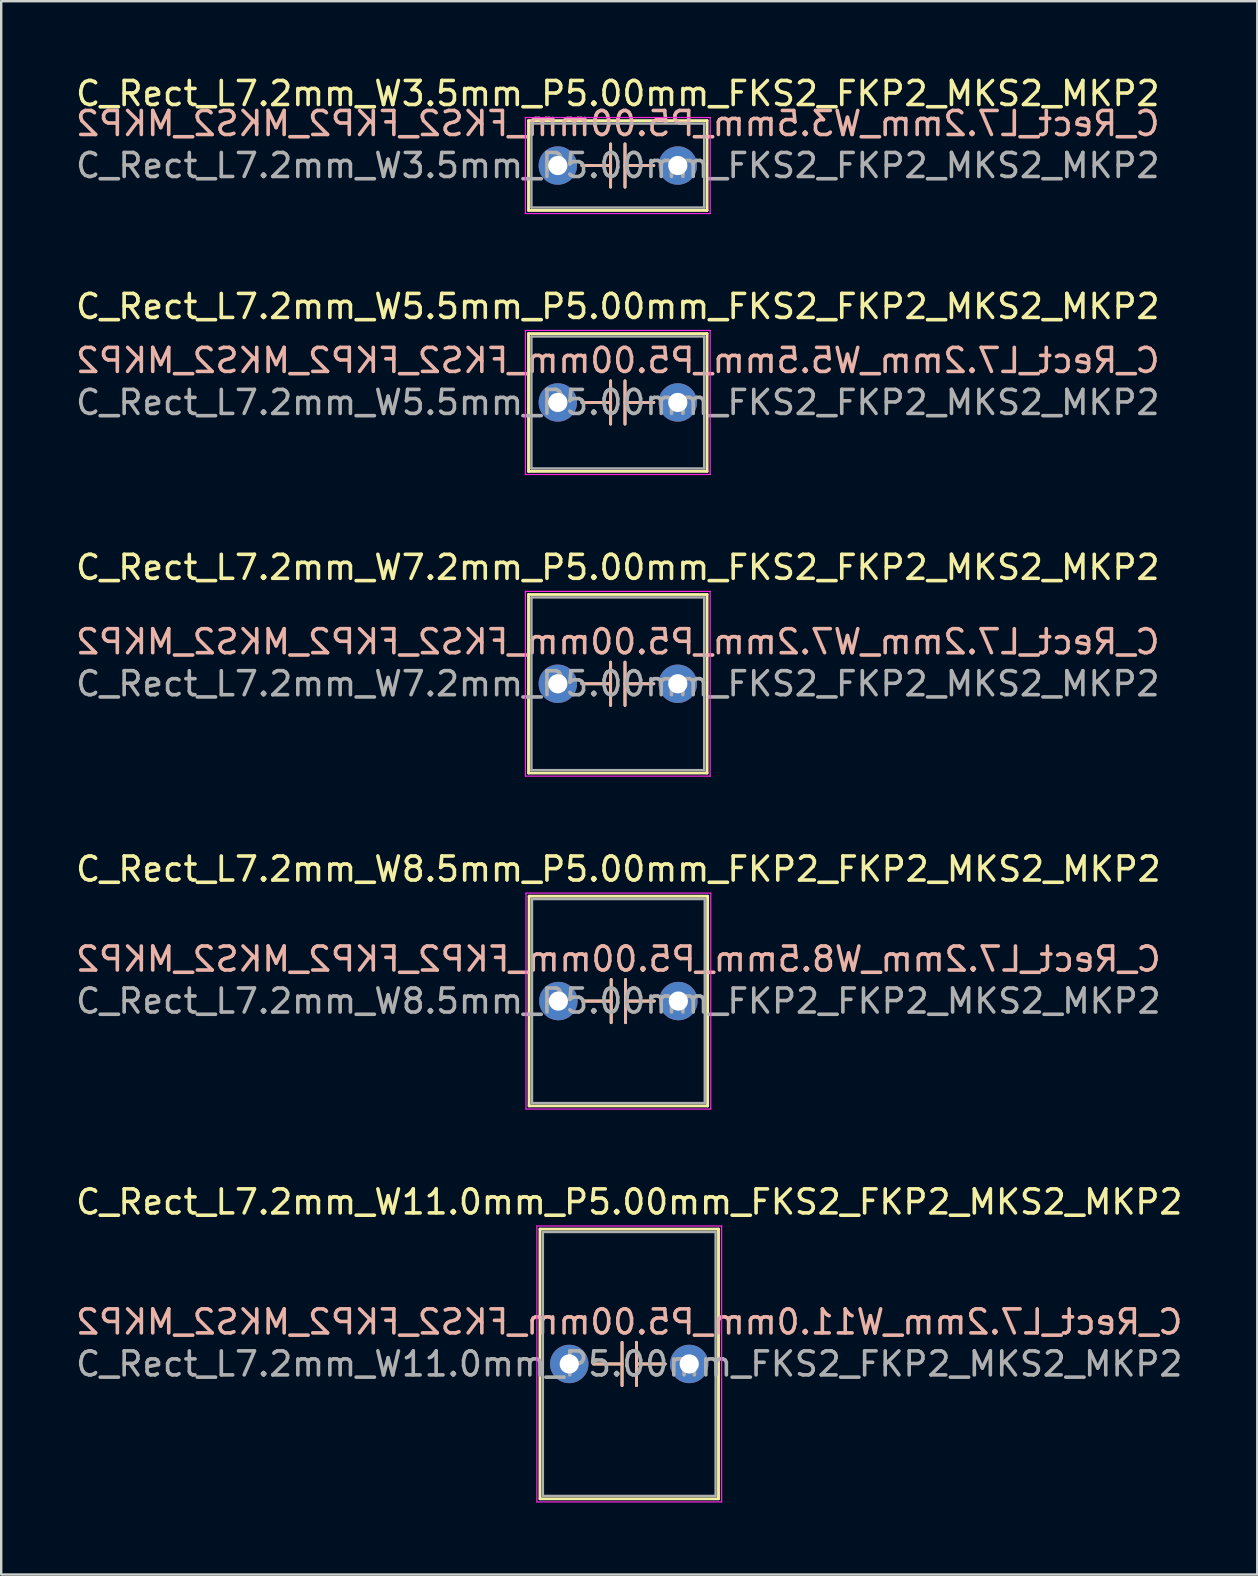
<source format=kicad_pcb>
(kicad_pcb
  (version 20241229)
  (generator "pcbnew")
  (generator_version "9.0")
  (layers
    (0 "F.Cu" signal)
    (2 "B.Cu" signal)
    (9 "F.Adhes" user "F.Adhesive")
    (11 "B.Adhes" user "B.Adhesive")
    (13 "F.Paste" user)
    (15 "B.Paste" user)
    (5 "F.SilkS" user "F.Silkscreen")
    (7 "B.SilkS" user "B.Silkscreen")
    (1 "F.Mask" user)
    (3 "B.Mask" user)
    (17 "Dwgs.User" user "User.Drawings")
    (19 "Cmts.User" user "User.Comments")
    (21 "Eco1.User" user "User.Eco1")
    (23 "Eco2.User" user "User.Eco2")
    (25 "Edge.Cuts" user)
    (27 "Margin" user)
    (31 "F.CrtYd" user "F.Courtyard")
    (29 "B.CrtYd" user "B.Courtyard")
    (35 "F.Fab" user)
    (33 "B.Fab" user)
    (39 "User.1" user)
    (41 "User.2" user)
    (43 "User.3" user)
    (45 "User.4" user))
  (footprint "C_Rect_L7.2mm_W8.5mm_P5.00mm_FKP2_FKP2_MKS2_MKP2"
    (layer "F.Cu")
    (at 20.22 38.668)
    (property "Reference" "C_Rect_L7.2mm_W8.5mm_P5.00mm_FKP2_FKP2_MKS2_MKP2" (at 2.5 -5.5 0) (layer "F.SilkS") (effects (font (size 1 1) (thickness 0.15))))
    (fp_line (start -1.22 -4.37) (end -1.22 4.37) (stroke (width 0.12) (type solid)) (layer "F.SilkS"))
    (fp_line (start -1.22 -4.37) (end 6.22 -4.37) (stroke (width 0.12) (type solid)) (layer "F.SilkS"))
    (fp_line (start -1.22 4.37) (end 6.22 4.37) (stroke (width 0.12) (type solid)) (layer "F.SilkS"))
    (fp_line (start 1 0) (end 2.2 0) (stroke (width 0.12) (type solid)) (layer "F.SilkS"))
    (fp_line (start 2.2 -0.9) (end 2.2 0.9) (stroke (width 0.12) (type solid)) (layer "F.SilkS"))
    (fp_line (start 2.8 -0.9) (end 2.8 0.9) (stroke (width 0.12) (type solid)) (layer "F.SilkS"))
    (fp_line (start 4 0) (end 2.8 0) (stroke (width 0.12) (type solid)) (layer "F.SilkS"))
    (fp_line (start 6.22 -4.37) (end 6.22 4.37) (stroke (width 0.12) (type solid)) (layer "F.SilkS"))
    (fp_line (start 1 0) (end 2.2 0) (stroke (width 0.12) (type solid)) (layer "B.SilkS"))
    (fp_line (start 2.2 0.9) (end 2.2 -0.9) (stroke (width 0.12) (type solid)) (layer "B.SilkS"))
    (fp_line (start 2.8 0.9) (end 2.8 -0.9) (stroke (width 0.12) (type solid)) (layer "B.SilkS"))
    (fp_line (start 4 0) (end 2.8 0) (stroke (width 0.12) (type solid)) (layer "B.SilkS"))
    (fp_line (start -1.35 -4.5) (end -1.35 4.5) (stroke (width 0.05) (type solid)) (layer "F.CrtYd"))
    (fp_line (start -1.35 4.5) (end 6.35 4.5) (stroke (width 0.05) (type solid)) (layer "F.CrtYd"))
    (fp_line (start 6.35 -4.5) (end -1.35 -4.5) (stroke (width 0.05) (type solid)) (layer "F.CrtYd"))
    (fp_line (start 6.35 4.5) (end 6.35 -4.5) (stroke (width 0.05) (type solid)) (layer "F.CrtYd"))
    (fp_line (start -1.1 -4.25) (end -1.1 4.25) (stroke (width 0.1) (type solid)) (layer "F.Fab"))
    (fp_line (start -1.1 4.25) (end 6.1 4.25) (stroke (width 0.1) (type solid)) (layer "F.Fab"))
    (fp_line (start 6.1 -4.25) (end -1.1 -4.25) (stroke (width 0.1) (type solid)) (layer "F.Fab"))
    (fp_line (start 6.1 4.25) (end 6.1 -4.25) (stroke (width 0.1) (type solid)) (layer "F.Fab"))
    (fp_text user "${REFERENCE}" (at 2.5 -1.75 0) (layer "B.SilkS") (effects (font (size 1 1) (thickness 0.15)) (justify mirror)))
    (fp_text user "${REFERENCE}" (at 2.5 0 0) (layer "F.Fab") (effects (font (size 1 1) (thickness 0.15))))
    (pad "1" thru_hole circle (at 0 0) (size 1.6 1.6) (drill 0.8) (layers "*.Cu" "*.Mask"))
    (pad "2" thru_hole circle (at 5 0) (size 1.6 1.6) (drill 0.8) (layers "*.Cu" "*.Mask")))
  (footprint "C_Rect_L7.2mm_W5.5mm_P5.00mm_FKS2_FKP2_MKS2_MKP2"
    (layer "F.Cu")
    (at 20.196 13.722)
    (property "Reference" "C_Rect_L7.2mm_W5.5mm_P5.00mm_FKS2_FKP2_MKS2_MKP2" (at 2.5 -4 0) (layer "F.SilkS") (effects (font (size 1 1) (thickness 0.15))))
    (fp_line (start -1.22 -2.87) (end -1.22 2.87) (stroke (width 0.12) (type solid)) (layer "F.SilkS"))
    (fp_line (start -1.22 -2.87) (end 6.22 -2.87) (stroke (width 0.12) (type solid)) (layer "F.SilkS"))
    (fp_line (start -1.22 2.87) (end 6.22 2.87) (stroke (width 0.12) (type solid)) (layer "F.SilkS"))
    (fp_line (start 1 0) (end 2.2 0) (stroke (width 0.12) (type solid)) (layer "F.SilkS"))
    (fp_line (start 2.2 -0.9) (end 2.2 0.9) (stroke (width 0.12) (type solid)) (layer "F.SilkS"))
    (fp_line (start 2.8 -0.9) (end 2.8 0.9) (stroke (width 0.12) (type solid)) (layer "F.SilkS"))
    (fp_line (start 4 0) (end 2.8 0) (stroke (width 0.12) (type solid)) (layer "F.SilkS"))
    (fp_line (start 6.22 -2.87) (end 6.22 2.87) (stroke (width 0.12) (type solid)) (layer "F.SilkS"))
    (fp_line (start 1 0) (end 2.2 0) (stroke (width 0.12) (type solid)) (layer "B.SilkS"))
    (fp_line (start 2.2 0.9) (end 2.2 -0.9) (stroke (width 0.12) (type solid)) (layer "B.SilkS"))
    (fp_line (start 2.8 0.9) (end 2.8 -0.9) (stroke (width 0.12) (type solid)) (layer "B.SilkS"))
    (fp_line (start 4 0) (end 2.8 0) (stroke (width 0.12) (type solid)) (layer "B.SilkS"))
    (fp_line (start -1.35 -3) (end -1.35 3) (stroke (width 0.05) (type solid)) (layer "F.CrtYd"))
    (fp_line (start -1.35 3) (end 6.35 3) (stroke (width 0.05) (type solid)) (layer "F.CrtYd"))
    (fp_line (start 6.35 -3) (end -1.35 -3) (stroke (width 0.05) (type solid)) (layer "F.CrtYd"))
    (fp_line (start 6.35 3) (end 6.35 -3) (stroke (width 0.05) (type solid)) (layer "F.CrtYd"))
    (fp_line (start -1.1 -2.75) (end -1.1 2.75) (stroke (width 0.1) (type solid)) (layer "F.Fab"))
    (fp_line (start -1.1 2.75) (end 6.1 2.75) (stroke (width 0.1) (type solid)) (layer "F.Fab"))
    (fp_line (start 6.1 -2.75) (end -1.1 -2.75) (stroke (width 0.1) (type solid)) (layer "F.Fab"))
    (fp_line (start 6.1 2.75) (end 6.1 -2.75) (stroke (width 0.1) (type solid)) (layer "F.Fab"))
    (fp_text user "${REFERENCE}" (at 2.5 -1.75 0) (layer "B.SilkS") (effects (font (size 1 1) (thickness 0.15)) (justify mirror)))
    (fp_text user "${REFERENCE}" (at 2.5 0 0) (layer "F.Fab") (effects (font (size 1 1) (thickness 0.15))))
    (pad "1" thru_hole circle (at 0 0) (size 1.6 1.6) (drill 0.8) (layers "*.Cu" "*.Mask"))
    (pad "2" thru_hole circle (at 5 0) (size 1.6 1.6) (drill 0.8) (layers "*.Cu" "*.Mask")))
  (footprint "C_Rect_L7.2mm_W11.0mm_P5.00mm_FKS2_FKP2_MKS2_MKP2"
    (layer "F.Cu")
    (at 20.673 53.791)
    (property "Reference" "C_Rect_L7.2mm_W11.0mm_P5.00mm_FKS2_FKP2_MKS2_MKP2" (at 2.5 -6.75 0) (layer "F.SilkS") (effects (font (size 1 1) (thickness 0.15))))
    (fp_line (start -1.22 -5.62) (end -1.22 5.62) (stroke (width 0.12) (type solid)) (layer "F.SilkS"))
    (fp_line (start -1.22 -5.62) (end 6.22 -5.62) (stroke (width 0.12) (type solid)) (layer "F.SilkS"))
    (fp_line (start -1.22 5.62) (end 6.22 5.62) (stroke (width 0.12) (type solid)) (layer "F.SilkS"))
    (fp_line (start 1 0) (end 2.2 0) (stroke (width 0.12) (type solid)) (layer "F.SilkS"))
    (fp_line (start 2.2 -0.9) (end 2.2 0.9) (stroke (width 0.12) (type solid)) (layer "F.SilkS"))
    (fp_line (start 2.8 -0.9) (end 2.8 0.9) (stroke (width 0.12) (type solid)) (layer "F.SilkS"))
    (fp_line (start 4 0) (end 2.8 0) (stroke (width 0.12) (type solid)) (layer "F.SilkS"))
    (fp_line (start 6.22 -5.62) (end 6.22 5.62) (stroke (width 0.12) (type solid)) (layer "F.SilkS"))
    (fp_line (start 1 0) (end 2.2 0) (stroke (width 0.12) (type solid)) (layer "B.SilkS"))
    (fp_line (start 2.2 0.9) (end 2.2 -0.9) (stroke (width 0.12) (type solid)) (layer "B.SilkS"))
    (fp_line (start 2.8 0.9) (end 2.8 -0.9) (stroke (width 0.12) (type solid)) (layer "B.SilkS"))
    (fp_line (start 4 0) (end 2.8 0) (stroke (width 0.12) (type solid)) (layer "B.SilkS"))
    (fp_line (start -1.35 -5.75) (end -1.35 5.75) (stroke (width 0.05) (type solid)) (layer "F.CrtYd"))
    (fp_line (start -1.35 5.75) (end 6.35 5.75) (stroke (width 0.05) (type solid)) (layer "F.CrtYd"))
    (fp_line (start 6.35 -5.75) (end -1.35 -5.75) (stroke (width 0.05) (type solid)) (layer "F.CrtYd"))
    (fp_line (start 6.35 5.75) (end 6.35 -5.75) (stroke (width 0.05) (type solid)) (layer "F.CrtYd"))
    (fp_line (start -1.1 -5.5) (end -1.1 5.5) (stroke (width 0.1) (type solid)) (layer "F.Fab"))
    (fp_line (start -1.1 5.5) (end 6.1 5.5) (stroke (width 0.1) (type solid)) (layer "F.Fab"))
    (fp_line (start 6.1 -5.5) (end -1.1 -5.5) (stroke (width 0.1) (type solid)) (layer "F.Fab"))
    (fp_line (start 6.1 5.5) (end 6.1 -5.5) (stroke (width 0.1) (type solid)) (layer "F.Fab"))
    (fp_text user "${REFERENCE}" (at 2.5 -1.75 0) (layer "B.SilkS") (effects (font (size 1 1) (thickness 0.15)) (justify mirror)))
    (fp_text user "${REFERENCE}" (at 2.5 0 0) (layer "F.Fab") (effects (font (size 1 1) (thickness 0.15))))
    (pad "1" thru_hole circle (at 0 0) (size 1.6 1.6) (drill 0.8) (layers "*.Cu" "*.Mask"))
    (pad "2" thru_hole circle (at 5 0) (size 1.6 1.6) (drill 0.8) (layers "*.Cu" "*.Mask")))
  (footprint "C_Rect_L7.2mm_W3.5mm_P5.00mm_FKS2_FKP2_MKS2_MKP2"
    (layer "F.Cu")
    (at 20.196 3.848)
    (property "Reference" "C_Rect_L7.2mm_W3.5mm_P5.00mm_FKS2_FKP2_MKS2_MKP2" (at 2.5 -3 0) (layer "F.SilkS") (effects (font (size 1 1) (thickness 0.15))))
    (fp_line (start -1.22 -1.87) (end -1.22 1.87) (stroke (width 0.12) (type solid)) (layer "F.SilkS"))
    (fp_line (start -1.22 -1.87) (end 6.22 -1.87) (stroke (width 0.12) (type solid)) (layer "F.SilkS"))
    (fp_line (start -1.22 1.87) (end 6.22 1.87) (stroke (width 0.12) (type solid)) (layer "F.SilkS"))
    (fp_line (start 1 0) (end 2.2 0) (stroke (width 0.12) (type solid)) (layer "F.SilkS"))
    (fp_line (start 2.2 -0.9) (end 2.2 0.9) (stroke (width 0.12) (type solid)) (layer "F.SilkS"))
    (fp_line (start 2.8 -0.9) (end 2.8 0.9) (stroke (width 0.12) (type solid)) (layer "F.SilkS"))
    (fp_line (start 4 0) (end 2.8 0) (stroke (width 0.12) (type solid)) (layer "F.SilkS"))
    (fp_line (start 6.22 -1.87) (end 6.22 1.87) (stroke (width 0.12) (type solid)) (layer "F.SilkS"))
    (fp_line (start 1 0) (end 2.2 0) (stroke (width 0.12) (type solid)) (layer "B.SilkS"))
    (fp_line (start 2.2 0.9) (end 2.2 -0.9) (stroke (width 0.12) (type solid)) (layer "B.SilkS"))
    (fp_line (start 2.8 0.9) (end 2.8 -0.9) (stroke (width 0.12) (type solid)) (layer "B.SilkS"))
    (fp_line (start 4 0) (end 2.8 0) (stroke (width 0.12) (type solid)) (layer "B.SilkS"))
    (fp_line (start -1.35 -2) (end -1.35 2) (stroke (width 0.05) (type solid)) (layer "F.CrtYd"))
    (fp_line (start -1.35 2) (end 6.35 2) (stroke (width 0.05) (type solid)) (layer "F.CrtYd"))
    (fp_line (start 6.35 -2) (end -1.35 -2) (stroke (width 0.05) (type solid)) (layer "F.CrtYd"))
    (fp_line (start 6.35 2) (end 6.35 -2) (stroke (width 0.05) (type solid)) (layer "F.CrtYd"))
    (fp_line (start -1.1 -1.75) (end -1.1 1.75) (stroke (width 0.1) (type solid)) (layer "F.Fab"))
    (fp_line (start -1.1 1.75) (end 6.1 1.75) (stroke (width 0.1) (type solid)) (layer "F.Fab"))
    (fp_line (start 6.1 -1.75) (end -1.1 -1.75) (stroke (width 0.1) (type solid)) (layer "F.Fab"))
    (fp_line (start 6.1 1.75) (end 6.1 -1.75) (stroke (width 0.1) (type solid)) (layer "F.Fab"))
    (fp_text user "${REFERENCE}" (at 2.5 -1.75 0) (layer "B.SilkS") (effects (font (size 1 1) (thickness 0.15)) (justify mirror)))
    (fp_text user "${REFERENCE}" (at 2.5 0 0) (layer "F.Fab") (effects (font (size 1 1) (thickness 0.15))))
    (pad "1" thru_hole circle (at 0 0) (size 1.6 1.6) (drill 0.8) (layers "*.Cu" "*.Mask"))
    (pad "2" thru_hole circle (at 5 0) (size 1.6 1.6) (drill 0.8) (layers "*.Cu" "*.Mask")))
  (footprint "C_Rect_L7.2mm_W7.2mm_P5.00mm_FKS2_FKP2_MKS2_MKP2"
    (layer "F.Cu")
    (at 20.196 25.445)
    (property "Reference" "C_Rect_L7.2mm_W7.2mm_P5.00mm_FKS2_FKP2_MKS2_MKP2" (at 2.5 -4.85 0) (layer "F.SilkS") (effects (font (size 1 1) (thickness 0.15))))
    (fp_line (start -1.22 -3.72) (end -1.22 3.72) (stroke (width 0.12) (type solid)) (layer "F.SilkS"))
    (fp_line (start -1.22 -3.72) (end 6.22 -3.72) (stroke (width 0.12) (type solid)) (layer "F.SilkS"))
    (fp_line (start -1.22 3.72) (end 6.22 3.72) (stroke (width 0.12) (type solid)) (layer "F.SilkS"))
    (fp_line (start 1 0) (end 2.2 0) (stroke (width 0.12) (type solid)) (layer "F.SilkS"))
    (fp_line (start 2.2 -0.9) (end 2.2 0.9) (stroke (width 0.12) (type solid)) (layer "F.SilkS"))
    (fp_line (start 2.8 -0.9) (end 2.8 0.9) (stroke (width 0.12) (type solid)) (layer "F.SilkS"))
    (fp_line (start 4 0) (end 2.8 0) (stroke (width 0.12) (type solid)) (layer "F.SilkS"))
    (fp_line (start 6.22 -3.72) (end 6.22 3.72) (stroke (width 0.12) (type solid)) (layer "F.SilkS"))
    (fp_line (start 1 0) (end 2.2 0) (stroke (width 0.12) (type solid)) (layer "B.SilkS"))
    (fp_line (start 2.2 0.9) (end 2.2 -0.9) (stroke (width 0.12) (type solid)) (layer "B.SilkS"))
    (fp_line (start 2.8 0.9) (end 2.8 -0.9) (stroke (width 0.12) (type solid)) (layer "B.SilkS"))
    (fp_line (start 4 0) (end 2.8 0) (stroke (width 0.12) (type solid)) (layer "B.SilkS"))
    (fp_line (start -1.35 -3.85) (end -1.35 3.85) (stroke (width 0.05) (type solid)) (layer "F.CrtYd"))
    (fp_line (start -1.35 3.85) (end 6.35 3.85) (stroke (width 0.05) (type solid)) (layer "F.CrtYd"))
    (fp_line (start 6.35 -3.85) (end -1.35 -3.85) (stroke (width 0.05) (type solid)) (layer "F.CrtYd"))
    (fp_line (start 6.35 3.85) (end 6.35 -3.85) (stroke (width 0.05) (type solid)) (layer "F.CrtYd"))
    (fp_line (start -1.1 -3.6) (end -1.1 3.6) (stroke (width 0.1) (type solid)) (layer "F.Fab"))
    (fp_line (start -1.1 3.6) (end 6.1 3.6) (stroke (width 0.1) (type solid)) (layer "F.Fab"))
    (fp_line (start 6.1 -3.6) (end -1.1 -3.6) (stroke (width 0.1) (type solid)) (layer "F.Fab"))
    (fp_line (start 6.1 3.6) (end 6.1 -3.6) (stroke (width 0.1) (type solid)) (layer "F.Fab"))
    (fp_text user "${REFERENCE}" (at 2.5 -1.75 0) (layer "B.SilkS") (effects (font (size 1 1) (thickness 0.15)) (justify mirror)))
    (fp_text user "${REFERENCE}" (at 2.5 0 0) (layer "F.Fab") (effects (font (size 1 1) (thickness 0.15))))
    (pad "1" thru_hole circle (at 0 0) (size 1.6 1.6) (drill 0.8) (layers "*.Cu" "*.Mask"))
    (pad "2" thru_hole circle (at 5 0) (size 1.6 1.6) (drill 0.8) (layers "*.Cu" "*.Mask")))
  (gr_rect
    (start -3 -3)
    (end 49.345 62.566)
    (stroke (width 0.1) (type default))
    (fill no)
    (layer "Edge.Cuts")))
</source>
